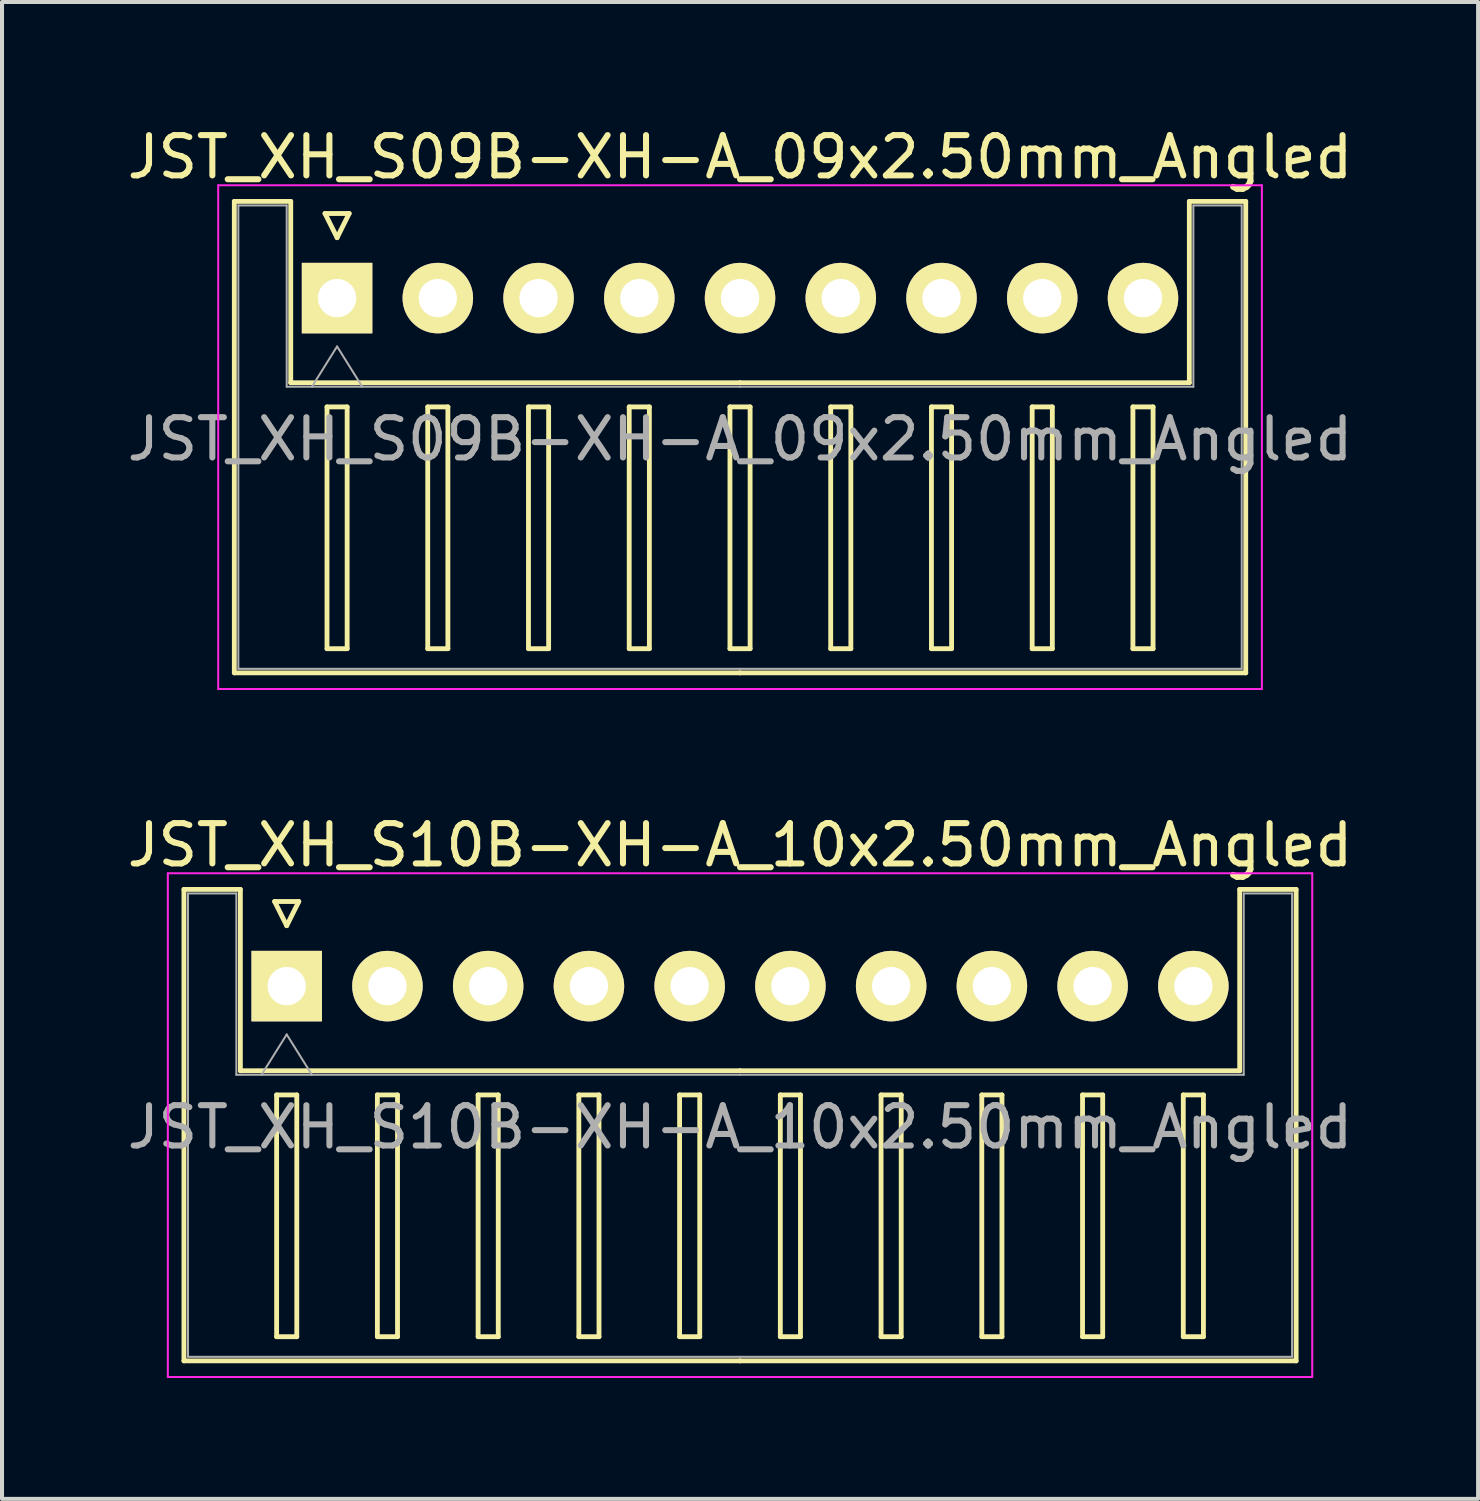
<source format=kicad_pcb>
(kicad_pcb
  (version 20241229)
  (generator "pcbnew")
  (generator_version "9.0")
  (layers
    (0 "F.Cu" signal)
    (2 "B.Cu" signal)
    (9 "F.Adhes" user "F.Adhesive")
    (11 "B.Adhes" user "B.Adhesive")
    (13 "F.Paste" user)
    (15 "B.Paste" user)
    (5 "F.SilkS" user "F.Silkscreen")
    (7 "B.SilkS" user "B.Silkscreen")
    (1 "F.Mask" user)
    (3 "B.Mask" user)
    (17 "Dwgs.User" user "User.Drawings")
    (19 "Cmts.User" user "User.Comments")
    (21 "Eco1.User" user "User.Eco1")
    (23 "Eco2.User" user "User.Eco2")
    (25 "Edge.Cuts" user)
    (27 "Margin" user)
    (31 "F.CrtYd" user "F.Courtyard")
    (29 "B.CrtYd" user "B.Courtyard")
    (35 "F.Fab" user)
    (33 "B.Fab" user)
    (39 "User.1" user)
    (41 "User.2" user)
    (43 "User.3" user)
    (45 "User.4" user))
  (footprint "JST_XH_S09B-XH-A_09x2.50mm_Angled"
    (layer "F.Cu")
    (at 5.315 4.348)
    (property "Reference" "JST_XH_S09B-XH-A_09x2.50mm_Angled" (at 10 3.5 0) (layer "F.Fab") (effects (font (size 1 1) (thickness 0.15))))
    (attr through_hole)
    (fp_line (start -2.55 -2.4) (end -1.15 -2.4) (stroke (width 0.12) (type solid)) (layer "F.SilkS"))
    (fp_line (start -2.55 9.3) (end -2.55 -2.4) (stroke (width 0.12) (type solid)) (layer "F.SilkS"))
    (fp_line (start -1.15 -2.4) (end -1.15 2.1) (stroke (width 0.12) (type solid)) (layer "F.SilkS"))
    (fp_line (start -1.15 2.1) (end 10 2.1) (stroke (width 0.12) (type solid)) (layer "F.SilkS"))
    (fp_line (start -0.3 -2.1) (end 0.3 -2.1) (stroke (width 0.12) (type solid)) (layer "F.SilkS"))
    (fp_line (start -0.25 2.7) (end -0.25 8.7) (stroke (width 0.12) (type solid)) (layer "F.SilkS"))
    (fp_line (start -0.25 8.7) (end 0.25 8.7) (stroke (width 0.12) (type solid)) (layer "F.SilkS"))
    (fp_line (start 0 -1.5) (end -0.3 -2.1) (stroke (width 0.12) (type solid)) (layer "F.SilkS"))
    (fp_line (start 0.25 2.7) (end -0.25 2.7) (stroke (width 0.12) (type solid)) (layer "F.SilkS"))
    (fp_line (start 0.25 8.7) (end 0.25 2.7) (stroke (width 0.12) (type solid)) (layer "F.SilkS"))
    (fp_line (start 0.3 -2.1) (end 0 -1.5) (stroke (width 0.12) (type solid)) (layer "F.SilkS"))
    (fp_line (start 2.25 2.7) (end 2.25 8.7) (stroke (width 0.12) (type solid)) (layer "F.SilkS"))
    (fp_line (start 2.25 8.7) (end 2.75 8.7) (stroke (width 0.12) (type solid)) (layer "F.SilkS"))
    (fp_line (start 2.75 2.7) (end 2.25 2.7) (stroke (width 0.12) (type solid)) (layer "F.SilkS"))
    (fp_line (start 2.75 8.7) (end 2.75 2.7) (stroke (width 0.12) (type solid)) (layer "F.SilkS"))
    (fp_line (start 4.75 2.7) (end 4.75 8.7) (stroke (width 0.12) (type solid)) (layer "F.SilkS"))
    (fp_line (start 4.75 8.7) (end 5.25 8.7) (stroke (width 0.12) (type solid)) (layer "F.SilkS"))
    (fp_line (start 5.25 2.7) (end 4.75 2.7) (stroke (width 0.12) (type solid)) (layer "F.SilkS"))
    (fp_line (start 5.25 8.7) (end 5.25 2.7) (stroke (width 0.12) (type solid)) (layer "F.SilkS"))
    (fp_line (start 7.25 2.7) (end 7.25 8.7) (stroke (width 0.12) (type solid)) (layer "F.SilkS"))
    (fp_line (start 7.25 8.7) (end 7.75 8.7) (stroke (width 0.12) (type solid)) (layer "F.SilkS"))
    (fp_line (start 7.75 2.7) (end 7.25 2.7) (stroke (width 0.12) (type solid)) (layer "F.SilkS"))
    (fp_line (start 7.75 8.7) (end 7.75 2.7) (stroke (width 0.12) (type solid)) (layer "F.SilkS"))
    (fp_line (start 9.75 2.7) (end 9.75 8.7) (stroke (width 0.12) (type solid)) (layer "F.SilkS"))
    (fp_line (start 9.75 8.7) (end 10.25 8.7) (stroke (width 0.12) (type solid)) (layer "F.SilkS"))
    (fp_line (start 10 9.3) (end -2.55 9.3) (stroke (width 0.12) (type solid)) (layer "F.SilkS"))
    (fp_line (start 10 9.3) (end 22.55 9.3) (stroke (width 0.12) (type solid)) (layer "F.SilkS"))
    (fp_line (start 10.25 2.7) (end 9.75 2.7) (stroke (width 0.12) (type solid)) (layer "F.SilkS"))
    (fp_line (start 10.25 8.7) (end 10.25 2.7) (stroke (width 0.12) (type solid)) (layer "F.SilkS"))
    (fp_line (start 12.25 2.7) (end 12.25 8.7) (stroke (width 0.12) (type solid)) (layer "F.SilkS"))
    (fp_line (start 12.25 8.7) (end 12.75 8.7) (stroke (width 0.12) (type solid)) (layer "F.SilkS"))
    (fp_line (start 12.75 2.7) (end 12.25 2.7) (stroke (width 0.12) (type solid)) (layer "F.SilkS"))
    (fp_line (start 12.75 8.7) (end 12.75 2.7) (stroke (width 0.12) (type solid)) (layer "F.SilkS"))
    (fp_line (start 14.75 2.7) (end 14.75 8.7) (stroke (width 0.12) (type solid)) (layer "F.SilkS"))
    (fp_line (start 14.75 8.7) (end 15.25 8.7) (stroke (width 0.12) (type solid)) (layer "F.SilkS"))
    (fp_line (start 15.25 2.7) (end 14.75 2.7) (stroke (width 0.12) (type solid)) (layer "F.SilkS"))
    (fp_line (start 15.25 8.7) (end 15.25 2.7) (stroke (width 0.12) (type solid)) (layer "F.SilkS"))
    (fp_line (start 17.25 2.7) (end 17.25 8.7) (stroke (width 0.12) (type solid)) (layer "F.SilkS"))
    (fp_line (start 17.25 8.7) (end 17.75 8.7) (stroke (width 0.12) (type solid)) (layer "F.SilkS"))
    (fp_line (start 17.75 2.7) (end 17.25 2.7) (stroke (width 0.12) (type solid)) (layer "F.SilkS"))
    (fp_line (start 17.75 8.7) (end 17.75 2.7) (stroke (width 0.12) (type solid)) (layer "F.SilkS"))
    (fp_line (start 19.75 2.7) (end 19.75 8.7) (stroke (width 0.12) (type solid)) (layer "F.SilkS"))
    (fp_line (start 19.75 8.7) (end 20.25 8.7) (stroke (width 0.12) (type solid)) (layer "F.SilkS"))
    (fp_line (start 20.25 2.7) (end 19.75 2.7) (stroke (width 0.12) (type solid)) (layer "F.SilkS"))
    (fp_line (start 20.25 8.7) (end 20.25 2.7) (stroke (width 0.12) (type solid)) (layer "F.SilkS"))
    (fp_line (start 21.15 -2.4) (end 21.15 2.1) (stroke (width 0.12) (type solid)) (layer "F.SilkS"))
    (fp_line (start 21.15 2.1) (end 10 2.1) (stroke (width 0.12) (type solid)) (layer "F.SilkS"))
    (fp_line (start 22.55 -2.4) (end 21.15 -2.4) (stroke (width 0.12) (type solid)) (layer "F.SilkS"))
    (fp_line (start 22.55 9.3) (end 22.55 -2.4) (stroke (width 0.12) (type solid)) (layer "F.SilkS"))
    (fp_line (start -2.95 -2.8) (end -2.95 9.7) (stroke (width 0.05) (type solid)) (layer "F.CrtYd"))
    (fp_line (start -2.95 9.7) (end 22.95 9.7) (stroke (width 0.05) (type solid)) (layer "F.CrtYd"))
    (fp_line (start 22.95 -2.8) (end -2.95 -2.8) (stroke (width 0.05) (type solid)) (layer "F.CrtYd"))
    (fp_line (start 22.95 9.7) (end 22.95 -2.8) (stroke (width 0.05) (type solid)) (layer "F.CrtYd"))
    (fp_line (start -2.45 -2.3) (end -1.25 -2.3) (stroke (width 0.05) (type solid)) (layer "F.Fab"))
    (fp_line (start -2.45 9.2) (end -2.45 -2.3) (stroke (width 0.05) (type solid)) (layer "F.Fab"))
    (fp_line (start -1.25 -2.3) (end -1.25 2.2) (stroke (width 0.05) (type solid)) (layer "F.Fab"))
    (fp_line (start -1.25 2.2) (end 10 2.2) (stroke (width 0.05) (type solid)) (layer "F.Fab"))
    (fp_line (start -0.625 2.2) (end 0 1.2) (stroke (width 0.05) (type solid)) (layer "F.Fab"))
    (fp_line (start 0 1.2) (end 0.625 2.2) (stroke (width 0.05) (type solid)) (layer "F.Fab"))
    (fp_line (start 10 9.2) (end -2.45 9.2) (stroke (width 0.05) (type solid)) (layer "F.Fab"))
    (fp_line (start 10 9.2) (end 22.45 9.2) (stroke (width 0.05) (type solid)) (layer "F.Fab"))
    (fp_line (start 21.25 -2.3) (end 21.25 2.2) (stroke (width 0.05) (type solid)) (layer "F.Fab"))
    (fp_line (start 21.25 2.2) (end 10 2.2) (stroke (width 0.05) (type solid)) (layer "F.Fab"))
    (fp_line (start 22.45 -2.3) (end 21.25 -2.3) (stroke (width 0.05) (type solid)) (layer "F.Fab"))
    (fp_line (start 22.45 9.2) (end 22.45 -2.3) (stroke (width 0.05) (type solid)) (layer "F.Fab"))
    (fp_text user "${REFERENCE}" (at 10 -3.5 0) (layer "F.SilkS") (effects (font (size 1 1) (thickness 0.15))))
    (pad "1" thru_hole rect (at 0 0) (size 1.75 1.75) (drill 0.95) (layers "*.Cu" "*.Mask" "F.SilkS"))
    (pad "2" thru_hole circle (at 2.5 0) (size 1.75 1.75) (drill 0.95) (layers "*.Cu" "*.Mask" "F.SilkS"))
    (pad "3" thru_hole circle (at 5 0) (size 1.75 1.75) (drill 0.95) (layers "*.Cu" "*.Mask" "F.SilkS"))
    (pad "4" thru_hole circle (at 7.5 0) (size 1.75 1.75) (drill 0.95) (layers "*.Cu" "*.Mask" "F.SilkS"))
    (pad "5" thru_hole circle (at 10 0) (size 1.75 1.75) (drill 0.95) (layers "*.Cu" "*.Mask" "F.SilkS"))
    (pad "6" thru_hole circle (at 12.5 0) (size 1.75 1.75) (drill 0.95) (layers "*.Cu" "*.Mask" "F.SilkS"))
    (pad "7" thru_hole circle (at 15 0) (size 1.75 1.75) (drill 0.95) (layers "*.Cu" "*.Mask" "F.SilkS"))
    (pad "8" thru_hole circle (at 17.5 0) (size 1.75 1.75) (drill 0.95) (layers "*.Cu" "*.Mask" "F.SilkS"))
    (pad "9" thru_hole circle (at 20 0) (size 1.75 1.75) (drill 0.95) (layers "*.Cu" "*.Mask" "F.SilkS")))
  (footprint "JST_XH_S10B-XH-A_10x2.50mm_Angled"
    (layer "F.Cu")
    (at 4.065 21.422)
    (property "Reference" "JST_XH_S10B-XH-A_10x2.50mm_Angled" (at 11.25 3.5 0) (layer "F.Fab") (effects (font (size 1 1) (thickness 0.15))))
    (attr through_hole)
    (fp_line (start -2.55 -2.4) (end -1.15 -2.4) (stroke (width 0.12) (type solid)) (layer "F.SilkS"))
    (fp_line (start -2.55 9.3) (end -2.55 -2.4) (stroke (width 0.12) (type solid)) (layer "F.SilkS"))
    (fp_line (start -1.15 -2.4) (end -1.15 2.1) (stroke (width 0.12) (type solid)) (layer "F.SilkS"))
    (fp_line (start -1.15 2.1) (end 11.25 2.1) (stroke (width 0.12) (type solid)) (layer "F.SilkS"))
    (fp_line (start -0.3 -2.1) (end 0.3 -2.1) (stroke (width 0.12) (type solid)) (layer "F.SilkS"))
    (fp_line (start -0.25 2.7) (end -0.25 8.7) (stroke (width 0.12) (type solid)) (layer "F.SilkS"))
    (fp_line (start -0.25 8.7) (end 0.25 8.7) (stroke (width 0.12) (type solid)) (layer "F.SilkS"))
    (fp_line (start 0 -1.5) (end -0.3 -2.1) (stroke (width 0.12) (type solid)) (layer "F.SilkS"))
    (fp_line (start 0.25 2.7) (end -0.25 2.7) (stroke (width 0.12) (type solid)) (layer "F.SilkS"))
    (fp_line (start 0.25 8.7) (end 0.25 2.7) (stroke (width 0.12) (type solid)) (layer "F.SilkS"))
    (fp_line (start 0.3 -2.1) (end 0 -1.5) (stroke (width 0.12) (type solid)) (layer "F.SilkS"))
    (fp_line (start 2.25 2.7) (end 2.25 8.7) (stroke (width 0.12) (type solid)) (layer "F.SilkS"))
    (fp_line (start 2.25 8.7) (end 2.75 8.7) (stroke (width 0.12) (type solid)) (layer "F.SilkS"))
    (fp_line (start 2.75 2.7) (end 2.25 2.7) (stroke (width 0.12) (type solid)) (layer "F.SilkS"))
    (fp_line (start 2.75 8.7) (end 2.75 2.7) (stroke (width 0.12) (type solid)) (layer "F.SilkS"))
    (fp_line (start 4.75 2.7) (end 4.75 8.7) (stroke (width 0.12) (type solid)) (layer "F.SilkS"))
    (fp_line (start 4.75 8.7) (end 5.25 8.7) (stroke (width 0.12) (type solid)) (layer "F.SilkS"))
    (fp_line (start 5.25 2.7) (end 4.75 2.7) (stroke (width 0.12) (type solid)) (layer "F.SilkS"))
    (fp_line (start 5.25 8.7) (end 5.25 2.7) (stroke (width 0.12) (type solid)) (layer "F.SilkS"))
    (fp_line (start 7.25 2.7) (end 7.25 8.7) (stroke (width 0.12) (type solid)) (layer "F.SilkS"))
    (fp_line (start 7.25 8.7) (end 7.75 8.7) (stroke (width 0.12) (type solid)) (layer "F.SilkS"))
    (fp_line (start 7.75 2.7) (end 7.25 2.7) (stroke (width 0.12) (type solid)) (layer "F.SilkS"))
    (fp_line (start 7.75 8.7) (end 7.75 2.7) (stroke (width 0.12) (type solid)) (layer "F.SilkS"))
    (fp_line (start 9.75 2.7) (end 9.75 8.7) (stroke (width 0.12) (type solid)) (layer "F.SilkS"))
    (fp_line (start 9.75 8.7) (end 10.25 8.7) (stroke (width 0.12) (type solid)) (layer "F.SilkS"))
    (fp_line (start 10.25 2.7) (end 9.75 2.7) (stroke (width 0.12) (type solid)) (layer "F.SilkS"))
    (fp_line (start 10.25 8.7) (end 10.25 2.7) (stroke (width 0.12) (type solid)) (layer "F.SilkS"))
    (fp_line (start 11.25 9.3) (end -2.55 9.3) (stroke (width 0.12) (type solid)) (layer "F.SilkS"))
    (fp_line (start 11.25 9.3) (end 25.05 9.3) (stroke (width 0.12) (type solid)) (layer "F.SilkS"))
    (fp_line (start 12.25 2.7) (end 12.25 8.7) (stroke (width 0.12) (type solid)) (layer "F.SilkS"))
    (fp_line (start 12.25 8.7) (end 12.75 8.7) (stroke (width 0.12) (type solid)) (layer "F.SilkS"))
    (fp_line (start 12.75 2.7) (end 12.25 2.7) (stroke (width 0.12) (type solid)) (layer "F.SilkS"))
    (fp_line (start 12.75 8.7) (end 12.75 2.7) (stroke (width 0.12) (type solid)) (layer "F.SilkS"))
    (fp_line (start 14.75 2.7) (end 14.75 8.7) (stroke (width 0.12) (type solid)) (layer "F.SilkS"))
    (fp_line (start 14.75 8.7) (end 15.25 8.7) (stroke (width 0.12) (type solid)) (layer "F.SilkS"))
    (fp_line (start 15.25 2.7) (end 14.75 2.7) (stroke (width 0.12) (type solid)) (layer "F.SilkS"))
    (fp_line (start 15.25 8.7) (end 15.25 2.7) (stroke (width 0.12) (type solid)) (layer "F.SilkS"))
    (fp_line (start 17.25 2.7) (end 17.25 8.7) (stroke (width 0.12) (type solid)) (layer "F.SilkS"))
    (fp_line (start 17.25 8.7) (end 17.75 8.7) (stroke (width 0.12) (type solid)) (layer "F.SilkS"))
    (fp_line (start 17.75 2.7) (end 17.25 2.7) (stroke (width 0.12) (type solid)) (layer "F.SilkS"))
    (fp_line (start 17.75 8.7) (end 17.75 2.7) (stroke (width 0.12) (type solid)) (layer "F.SilkS"))
    (fp_line (start 19.75 2.7) (end 19.75 8.7) (stroke (width 0.12) (type solid)) (layer "F.SilkS"))
    (fp_line (start 19.75 8.7) (end 20.25 8.7) (stroke (width 0.12) (type solid)) (layer "F.SilkS"))
    (fp_line (start 20.25 2.7) (end 19.75 2.7) (stroke (width 0.12) (type solid)) (layer "F.SilkS"))
    (fp_line (start 20.25 8.7) (end 20.25 2.7) (stroke (width 0.12) (type solid)) (layer "F.SilkS"))
    (fp_line (start 22.25 2.7) (end 22.25 8.7) (stroke (width 0.12) (type solid)) (layer "F.SilkS"))
    (fp_line (start 22.25 8.7) (end 22.75 8.7) (stroke (width 0.12) (type solid)) (layer "F.SilkS"))
    (fp_line (start 22.75 2.7) (end 22.25 2.7) (stroke (width 0.12) (type solid)) (layer "F.SilkS"))
    (fp_line (start 22.75 8.7) (end 22.75 2.7) (stroke (width 0.12) (type solid)) (layer "F.SilkS"))
    (fp_line (start 23.65 -2.4) (end 23.65 2.1) (stroke (width 0.12) (type solid)) (layer "F.SilkS"))
    (fp_line (start 23.65 2.1) (end 11.25 2.1) (stroke (width 0.12) (type solid)) (layer "F.SilkS"))
    (fp_line (start 25.05 -2.4) (end 23.65 -2.4) (stroke (width 0.12) (type solid)) (layer "F.SilkS"))
    (fp_line (start 25.05 9.3) (end 25.05 -2.4) (stroke (width 0.12) (type solid)) (layer "F.SilkS"))
    (fp_line (start -2.95 -2.8) (end -2.95 9.7) (stroke (width 0.05) (type solid)) (layer "F.CrtYd"))
    (fp_line (start -2.95 9.7) (end 25.45 9.7) (stroke (width 0.05) (type solid)) (layer "F.CrtYd"))
    (fp_line (start 25.45 -2.8) (end -2.95 -2.8) (stroke (width 0.05) (type solid)) (layer "F.CrtYd"))
    (fp_line (start 25.45 9.7) (end 25.45 -2.8) (stroke (width 0.05) (type solid)) (layer "F.CrtYd"))
    (fp_line (start -2.45 -2.3) (end -1.25 -2.3) (stroke (width 0.05) (type solid)) (layer "F.Fab"))
    (fp_line (start -2.45 9.2) (end -2.45 -2.3) (stroke (width 0.05) (type solid)) (layer "F.Fab"))
    (fp_line (start -1.25 -2.3) (end -1.25 2.2) (stroke (width 0.05) (type solid)) (layer "F.Fab"))
    (fp_line (start -1.25 2.2) (end 11.25 2.2) (stroke (width 0.05) (type solid)) (layer "F.Fab"))
    (fp_line (start -0.625 2.2) (end 0 1.2) (stroke (width 0.05) (type solid)) (layer "F.Fab"))
    (fp_line (start 0 1.2) (end 0.625 2.2) (stroke (width 0.05) (type solid)) (layer "F.Fab"))
    (fp_line (start 11.25 9.2) (end -2.45 9.2) (stroke (width 0.05) (type solid)) (layer "F.Fab"))
    (fp_line (start 11.25 9.2) (end 24.95 9.2) (stroke (width 0.05) (type solid)) (layer "F.Fab"))
    (fp_line (start 23.75 -2.3) (end 23.75 2.2) (stroke (width 0.05) (type solid)) (layer "F.Fab"))
    (fp_line (start 23.75 2.2) (end 11.25 2.2) (stroke (width 0.05) (type solid)) (layer "F.Fab"))
    (fp_line (start 24.95 -2.3) (end 23.75 -2.3) (stroke (width 0.05) (type solid)) (layer "F.Fab"))
    (fp_line (start 24.95 9.2) (end 24.95 -2.3) (stroke (width 0.05) (type solid)) (layer "F.Fab"))
    (fp_text user "${REFERENCE}" (at 11.25 -3.5 0) (layer "F.SilkS") (effects (font (size 1 1) (thickness 0.15))))
    (pad "1" thru_hole rect (at 0 0) (size 1.75 1.75) (drill 0.95) (layers "*.Cu" "*.Mask" "F.SilkS"))
    (pad "2" thru_hole circle (at 2.5 0) (size 1.75 1.75) (drill 0.95) (layers "*.Cu" "*.Mask" "F.SilkS"))
    (pad "3" thru_hole circle (at 5 0) (size 1.75 1.75) (drill 0.95) (layers "*.Cu" "*.Mask" "F.SilkS"))
    (pad "4" thru_hole circle (at 7.5 0) (size 1.75 1.75) (drill 0.95) (layers "*.Cu" "*.Mask" "F.SilkS"))
    (pad "5" thru_hole circle (at 10 0) (size 1.75 1.75) (drill 0.95) (layers "*.Cu" "*.Mask" "F.SilkS"))
    (pad "6" thru_hole circle (at 12.5 0) (size 1.75 1.75) (drill 0.95) (layers "*.Cu" "*.Mask" "F.SilkS"))
    (pad "7" thru_hole circle (at 15 0) (size 1.75 1.75) (drill 0.95) (layers "*.Cu" "*.Mask" "F.SilkS"))
    (pad "8" thru_hole circle (at 17.5 0) (size 1.75 1.75) (drill 0.95) (layers "*.Cu" "*.Mask" "F.SilkS"))
    (pad "9" thru_hole circle (at 20 0) (size 1.75 1.75) (drill 0.95) (layers "*.Cu" "*.Mask" "F.SilkS"))
    (pad "10" thru_hole circle (at 22.5 0) (size 1.75 1.75) (drill 0.95) (layers "*.Cu" "*.Mask" "F.SilkS")))
  (gr_rect
    (start -3 -3)
    (end 33.631 34.147)
    (stroke (width 0.1) (type default))
    (fill no)
    (layer "Edge.Cuts")))
</source>
